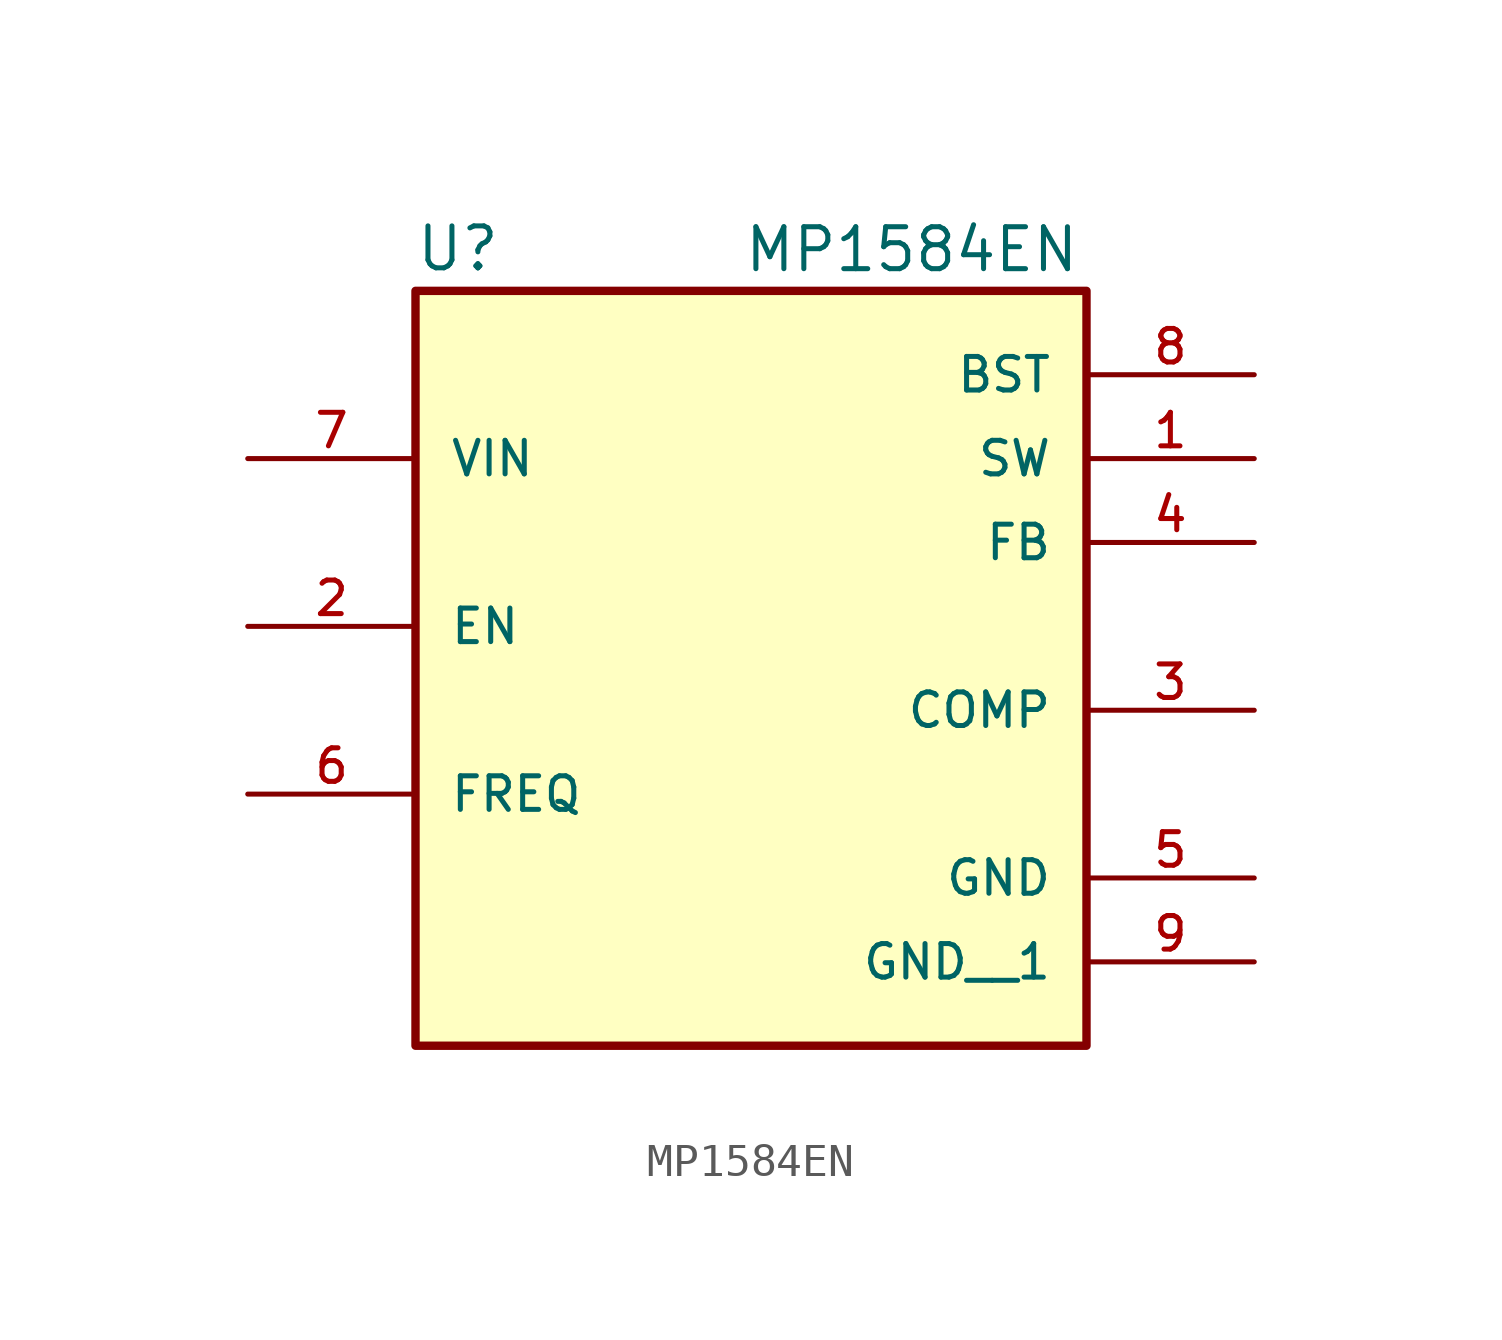
<source format=kicad_sym>
(kicad_symbol_lib
  (version 20231120)
  (generator "kicad_symbol_editor")
  (generator_version "8.0")
  (symbol "MP1584EN"
    (pin_names
      (offset 1.016))
    (property "Reference" "U"
      (at -10.185 10.694 0)
      (effects (font (size 1.27 1.27)) (justify left bottom)))
    (property "Value" "MP1584EN"
      (at -0.254 10.668 0)
      (effects (font (size 1.27 1.27)) (justify left bottom)))
    (symbol "MP1584EN_0_0"
      (rectangle (start -10.16 10.16) (end 10.16 -12.7) (stroke (width 0.254) (type default)) (fill (type background)))
      (pin output line (at 15.24 5.08 180) (length 5.08) (name "SW" (effects (font (size 1.016 1.016)))) (number "1" (effects (font (size 1.016 1.016)))))
      (pin input line (at -15.24 0 0) (length 5.08) (name "EN" (effects (font (size 1.016 1.016)))) (number "2" (effects (font (size 1.016 1.016)))))
      (pin output line (at 15.24 -2.54 180) (length 5.08) (name "COMP" (effects (font (size 1.016 1.016)))) (number "3" (effects (font (size 1.016 1.016)))))
      (pin input line (at 15.24 2.54 180) (length 5.08) (name "FB" (effects (font (size 1.016 1.016)))) (number "4" (effects (font (size 1.016 1.016)))))
      (pin power_in line (at 15.24 -7.62 180) (length 5.08) (name "GND" (effects (font (size 1.016 1.016)))) (number "5" (effects (font (size 1.016 1.016)))))
      (pin input line (at -15.24 -5.08 0) (length 5.08) (name "FREQ" (effects (font (size 1.016 1.016)))) (number "6" (effects (font (size 1.016 1.016)))))
      (pin input line (at -15.24 5.08 0) (length 5.08) (name "VIN" (effects (font (size 1.016 1.016)))) (number "7" (effects (font (size 1.016 1.016)))))
      (pin passive line (at 15.24 7.62 180) (length 5.08) (name "BST" (effects (font (size 1.016 1.016)))) (number "8" (effects (font (size 1.016 1.016)))))
      (pin power_in line (at 15.24 -10.16 180) (length 5.08) (name "GND__1" (effects (font (size 1.016 1.016)))) (number "9" (effects (font (size 1.016 1.016))))))))
</source>
